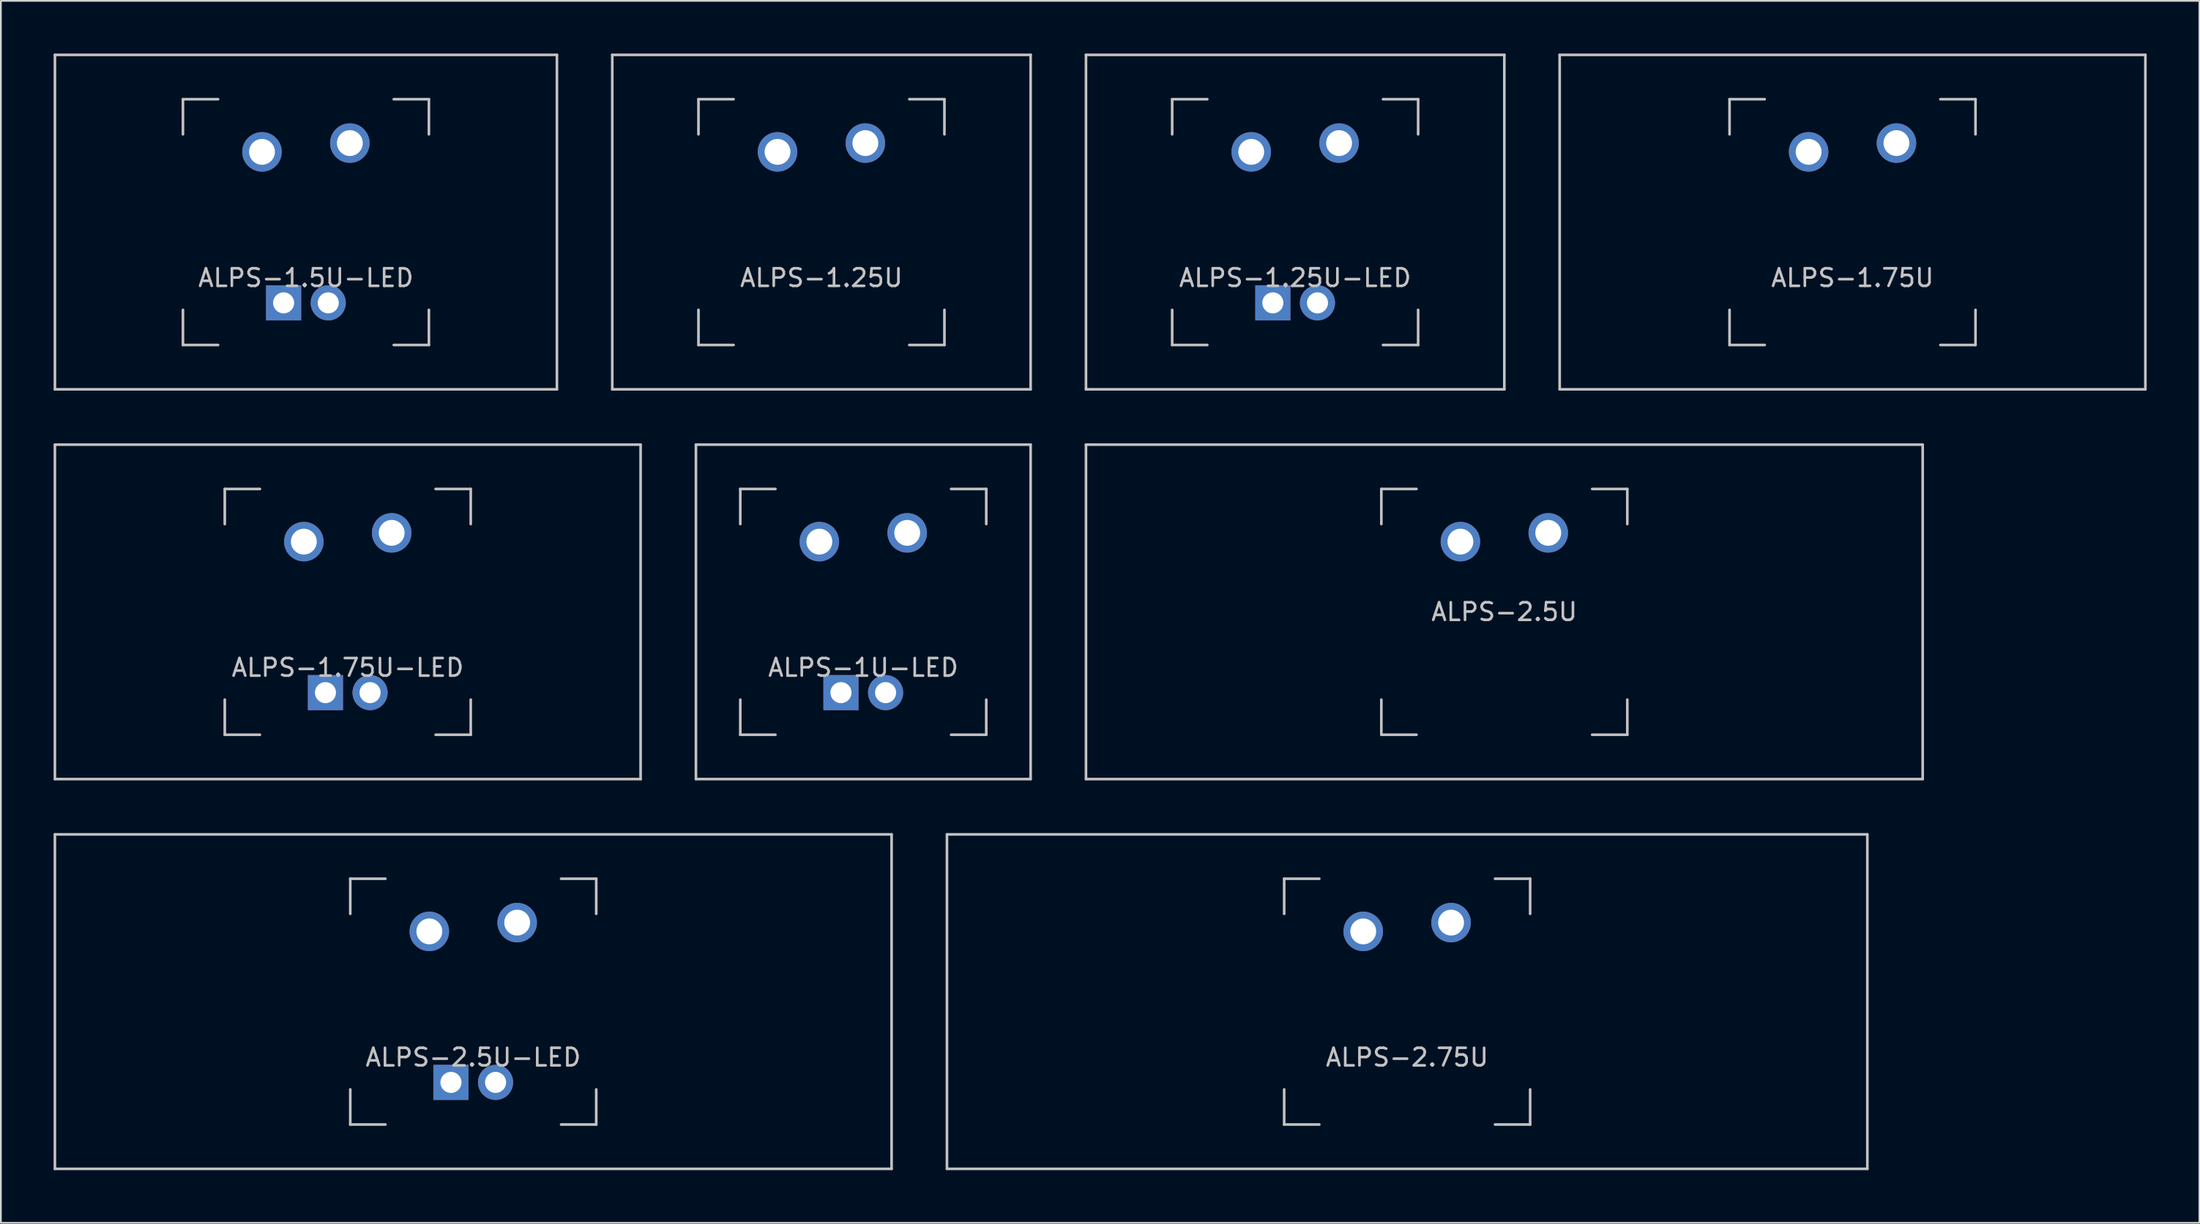
<source format=kicad_pcb>
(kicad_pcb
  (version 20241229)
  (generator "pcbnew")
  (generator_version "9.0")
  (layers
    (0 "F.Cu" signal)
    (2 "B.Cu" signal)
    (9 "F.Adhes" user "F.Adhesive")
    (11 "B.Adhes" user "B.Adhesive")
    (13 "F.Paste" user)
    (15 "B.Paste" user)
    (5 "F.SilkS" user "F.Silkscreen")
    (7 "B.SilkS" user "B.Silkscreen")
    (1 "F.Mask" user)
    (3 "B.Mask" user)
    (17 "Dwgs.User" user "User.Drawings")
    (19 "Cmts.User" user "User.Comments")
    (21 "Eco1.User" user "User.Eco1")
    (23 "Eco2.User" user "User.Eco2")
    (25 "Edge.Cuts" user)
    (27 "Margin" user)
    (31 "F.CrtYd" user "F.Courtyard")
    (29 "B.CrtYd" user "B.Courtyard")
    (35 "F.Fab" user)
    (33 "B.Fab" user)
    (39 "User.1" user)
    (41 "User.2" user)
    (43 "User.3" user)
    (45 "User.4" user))
  (footprint "ALPS-2.75U"
    (layer "F.Cu")
    (at 77.044 54)
    (property "Reference" "ALPS-2.75U" (at 0 3.175 0) (layer "Dwgs.User") (effects (font (size 1 1) (thickness 0.15))))
    (attr through_hole)
    (fp_line (start -26.194 -9.525) (end 26.194 -9.525) (stroke (width 0.15) (type solid)) (layer "Dwgs.User"))
    (fp_line (start -26.194 9.525) (end -26.194 -9.525) (stroke (width 0.15) (type solid)) (layer "Dwgs.User"))
    (fp_line (start -26.194 9.525) (end 26.194 9.525) (stroke (width 0.15) (type solid)) (layer "Dwgs.User"))
    (fp_line (start -7 -7) (end -7 -5) (stroke (width 0.15) (type solid)) (layer "Dwgs.User"))
    (fp_line (start -7 5) (end -7 7) (stroke (width 0.15) (type solid)) (layer "Dwgs.User"))
    (fp_line (start -7 7) (end -5 7) (stroke (width 0.15) (type solid)) (layer "Dwgs.User"))
    (fp_line (start -5 -7) (end -7 -7) (stroke (width 0.15) (type solid)) (layer "Dwgs.User"))
    (fp_line (start 5 -7) (end 7 -7) (stroke (width 0.15) (type solid)) (layer "Dwgs.User"))
    (fp_line (start 5 7) (end 7 7) (stroke (width 0.15) (type solid)) (layer "Dwgs.User"))
    (fp_line (start 7 -7) (end 7 -5) (stroke (width 0.15) (type solid)) (layer "Dwgs.User"))
    (fp_line (start 7 7) (end 7 5) (stroke (width 0.15) (type solid)) (layer "Dwgs.User"))
    (fp_line (start 26.194 -9.525) (end 26.194 9.525) (stroke (width 0.15) (type solid)) (layer "Dwgs.User"))
    (pad "1" thru_hole circle (at -2.5 -4) (size 2.25 2.25) (drill 1.47) (layers "*.Cu" "B.Mask"))
    (pad "2" thru_hole circle (at 2.5 -4.5) (size 2.25 2.25) (drill 1.47) (layers "*.Cu" "B.Mask")))
  (footprint "ALPS-2.5U-LED"
    (layer "F.Cu")
    (at 23.887 54)
    (property "Reference" "ALPS-2.5U-LED" (at 0 3.175 0) (layer "Dwgs.User") (effects (font (size 1 1) (thickness 0.15))))
    (attr through_hole)
    (fp_line (start -23.812 -9.525) (end 23.812 -9.525) (stroke (width 0.15) (type solid)) (layer "Dwgs.User"))
    (fp_line (start -23.812 9.525) (end -23.812 -9.525) (stroke (width 0.15) (type solid)) (layer "Dwgs.User"))
    (fp_line (start -23.812 9.525) (end 23.812 9.525) (stroke (width 0.15) (type solid)) (layer "Dwgs.User"))
    (fp_line (start -7 -7) (end -7 -5) (stroke (width 0.15) (type solid)) (layer "Dwgs.User"))
    (fp_line (start -7 5) (end -7 7) (stroke (width 0.15) (type solid)) (layer "Dwgs.User"))
    (fp_line (start -7 7) (end -5 7) (stroke (width 0.15) (type solid)) (layer "Dwgs.User"))
    (fp_line (start -5 -7) (end -7 -7) (stroke (width 0.15) (type solid)) (layer "Dwgs.User"))
    (fp_line (start 5 -7) (end 7 -7) (stroke (width 0.15) (type solid)) (layer "Dwgs.User"))
    (fp_line (start 5 7) (end 7 7) (stroke (width 0.15) (type solid)) (layer "Dwgs.User"))
    (fp_line (start 7 -7) (end 7 -5) (stroke (width 0.15) (type solid)) (layer "Dwgs.User"))
    (fp_line (start 7 7) (end 7 5) (stroke (width 0.15) (type solid)) (layer "Dwgs.User"))
    (fp_line (start 23.812 -9.525) (end 23.812 9.525) (stroke (width 0.15) (type solid)) (layer "Dwgs.User"))
    (pad "1" thru_hole circle (at -2.5 -4) (size 2.25 2.25) (drill 1.47) (layers "*.Cu" "B.Mask"))
    (pad "2" thru_hole circle (at 2.5 -4.5) (size 2.25 2.25) (drill 1.47) (layers "*.Cu" "B.Mask"))
    (pad "3" thru_hole circle (at 1.27 4.6) (size 2 2) (drill 1.2) (layers "*.Cu" "B.Mask"))
    (pad "4" thru_hole rect (at -1.27 4.6) (size 2 2) (drill 1.2) (layers "*.Cu" "B.Mask")))
  (footprint "ALPS-1.5U-LED"
    (layer "F.Cu")
    (at 14.363 9.6)
    (property "Reference" "ALPS-1.5U-LED" (at 0 3.175 0) (layer "Dwgs.User") (effects (font (size 1 1) (thickness 0.15))))
    (attr through_hole)
    (fp_line (start -14.287 -9.525) (end 14.287 -9.525) (stroke (width 0.15) (type solid)) (layer "Dwgs.User"))
    (fp_line (start -14.287 9.525) (end -14.287 -9.525) (stroke (width 0.15) (type solid)) (layer "Dwgs.User"))
    (fp_line (start -14.287 9.525) (end 14.287 9.525) (stroke (width 0.15) (type solid)) (layer "Dwgs.User"))
    (fp_line (start -7 -7) (end -7 -5) (stroke (width 0.15) (type solid)) (layer "Dwgs.User"))
    (fp_line (start -7 5) (end -7 7) (stroke (width 0.15) (type solid)) (layer "Dwgs.User"))
    (fp_line (start -7 7) (end -5 7) (stroke (width 0.15) (type solid)) (layer "Dwgs.User"))
    (fp_line (start -5 -7) (end -7 -7) (stroke (width 0.15) (type solid)) (layer "Dwgs.User"))
    (fp_line (start 5 -7) (end 7 -7) (stroke (width 0.15) (type solid)) (layer "Dwgs.User"))
    (fp_line (start 5 7) (end 7 7) (stroke (width 0.15) (type solid)) (layer "Dwgs.User"))
    (fp_line (start 7 -7) (end 7 -5) (stroke (width 0.15) (type solid)) (layer "Dwgs.User"))
    (fp_line (start 7 7) (end 7 5) (stroke (width 0.15) (type solid)) (layer "Dwgs.User"))
    (fp_line (start 14.287 -9.525) (end 14.287 9.525) (stroke (width 0.15) (type solid)) (layer "Dwgs.User"))
    (pad "1" thru_hole circle (at -2.5 -4) (size 2.25 2.25) (drill 1.47) (layers "*.Cu" "B.Mask"))
    (pad "2" thru_hole circle (at 2.5 -4.5) (size 2.25 2.25) (drill 1.47) (layers "*.Cu" "B.Mask"))
    (pad "3" thru_hole circle (at 1.27 4.6) (size 2 2) (drill 1.2) (layers "*.Cu" "B.Mask"))
    (pad "4" thru_hole rect (at -1.27 4.6) (size 2 2) (drill 1.2) (layers "*.Cu" "B.Mask")))
  (footprint "ALPS-1.75U-LED"
    (layer "F.Cu")
    (at 16.744 31.8)
    (property "Reference" "ALPS-1.75U-LED" (at 0 3.175 0) (layer "Dwgs.User") (effects (font (size 1 1) (thickness 0.15))))
    (attr through_hole)
    (fp_line (start -16.669 -9.525) (end 16.669 -9.525) (stroke (width 0.15) (type solid)) (layer "Dwgs.User"))
    (fp_line (start -16.669 9.525) (end -16.669 -9.525) (stroke (width 0.15) (type solid)) (layer "Dwgs.User"))
    (fp_line (start -16.669 9.525) (end 16.669 9.525) (stroke (width 0.15) (type solid)) (layer "Dwgs.User"))
    (fp_line (start -7 -7) (end -7 -5) (stroke (width 0.15) (type solid)) (layer "Dwgs.User"))
    (fp_line (start -7 5) (end -7 7) (stroke (width 0.15) (type solid)) (layer "Dwgs.User"))
    (fp_line (start -7 7) (end -5 7) (stroke (width 0.15) (type solid)) (layer "Dwgs.User"))
    (fp_line (start -5 -7) (end -7 -7) (stroke (width 0.15) (type solid)) (layer "Dwgs.User"))
    (fp_line (start 5 -7) (end 7 -7) (stroke (width 0.15) (type solid)) (layer "Dwgs.User"))
    (fp_line (start 5 7) (end 7 7) (stroke (width 0.15) (type solid)) (layer "Dwgs.User"))
    (fp_line (start 7 -7) (end 7 -5) (stroke (width 0.15) (type solid)) (layer "Dwgs.User"))
    (fp_line (start 7 7) (end 7 5) (stroke (width 0.15) (type solid)) (layer "Dwgs.User"))
    (fp_line (start 16.669 -9.525) (end 16.669 9.525) (stroke (width 0.15) (type solid)) (layer "Dwgs.User"))
    (pad "1" thru_hole circle (at -2.5 -4) (size 2.25 2.25) (drill 1.47) (layers "*.Cu" "B.Mask"))
    (pad "2" thru_hole circle (at 2.5 -4.5) (size 2.25 2.25) (drill 1.47) (layers "*.Cu" "B.Mask"))
    (pad "3" thru_hole circle (at 1.27 4.6) (size 2 2) (drill 1.2) (layers "*.Cu" "B.Mask"))
    (pad "4" thru_hole rect (at -1.27 4.6) (size 2 2) (drill 1.2) (layers "*.Cu" "B.Mask")))
  (footprint "ALPS-1.75U"
    (layer "F.Cu")
    (at 102.394 9.6)
    (property "Reference" "ALPS-1.75U" (at 0 3.175 0) (layer "Dwgs.User") (effects (font (size 1 1) (thickness 0.15))))
    (attr through_hole)
    (fp_line (start -16.669 -9.525) (end 16.669 -9.525) (stroke (width 0.15) (type solid)) (layer "Dwgs.User"))
    (fp_line (start -16.669 9.525) (end -16.669 -9.525) (stroke (width 0.15) (type solid)) (layer "Dwgs.User"))
    (fp_line (start -16.669 9.525) (end 16.669 9.525) (stroke (width 0.15) (type solid)) (layer "Dwgs.User"))
    (fp_line (start -7 -7) (end -7 -5) (stroke (width 0.15) (type solid)) (layer "Dwgs.User"))
    (fp_line (start -7 5) (end -7 7) (stroke (width 0.15) (type solid)) (layer "Dwgs.User"))
    (fp_line (start -7 7) (end -5 7) (stroke (width 0.15) (type solid)) (layer "Dwgs.User"))
    (fp_line (start -5 -7) (end -7 -7) (stroke (width 0.15) (type solid)) (layer "Dwgs.User"))
    (fp_line (start 5 -7) (end 7 -7) (stroke (width 0.15) (type solid)) (layer "Dwgs.User"))
    (fp_line (start 5 7) (end 7 7) (stroke (width 0.15) (type solid)) (layer "Dwgs.User"))
    (fp_line (start 7 -7) (end 7 -5) (stroke (width 0.15) (type solid)) (layer "Dwgs.User"))
    (fp_line (start 7 7) (end 7 5) (stroke (width 0.15) (type solid)) (layer "Dwgs.User"))
    (fp_line (start 16.669 -9.525) (end 16.669 9.525) (stroke (width 0.15) (type solid)) (layer "Dwgs.User"))
    (pad "1" thru_hole circle (at -2.5 -4) (size 2.25 2.25) (drill 1.47) (layers "*.Cu" "B.Mask"))
    (pad "2" thru_hole circle (at 2.5 -4.5) (size 2.25 2.25) (drill 1.47) (layers "*.Cu" "B.Mask")))
  (footprint "ALPS-1.25U-LED"
    (layer "F.Cu")
    (at 70.669 9.6)
    (property "Reference" "ALPS-1.25U-LED" (at 0 3.175 0) (layer "Dwgs.User") (effects (font (size 1 1) (thickness 0.15))))
    (attr through_hole)
    (fp_line (start -11.906 -9.525) (end 11.906 -9.525) (stroke (width 0.15) (type solid)) (layer "Dwgs.User"))
    (fp_line (start -11.906 9.525) (end -11.906 -9.525) (stroke (width 0.15) (type solid)) (layer "Dwgs.User"))
    (fp_line (start -11.906 9.525) (end 11.906 9.525) (stroke (width 0.15) (type solid)) (layer "Dwgs.User"))
    (fp_line (start -7 -7) (end -7 -5) (stroke (width 0.15) (type solid)) (layer "Dwgs.User"))
    (fp_line (start -7 5) (end -7 7) (stroke (width 0.15) (type solid)) (layer "Dwgs.User"))
    (fp_line (start -7 7) (end -5 7) (stroke (width 0.15) (type solid)) (layer "Dwgs.User"))
    (fp_line (start -5 -7) (end -7 -7) (stroke (width 0.15) (type solid)) (layer "Dwgs.User"))
    (fp_line (start 5 -7) (end 7 -7) (stroke (width 0.15) (type solid)) (layer "Dwgs.User"))
    (fp_line (start 5 7) (end 7 7) (stroke (width 0.15) (type solid)) (layer "Dwgs.User"))
    (fp_line (start 7 -7) (end 7 -5) (stroke (width 0.15) (type solid)) (layer "Dwgs.User"))
    (fp_line (start 7 7) (end 7 5) (stroke (width 0.15) (type solid)) (layer "Dwgs.User"))
    (fp_line (start 11.906 -9.525) (end 11.906 9.525) (stroke (width 0.15) (type solid)) (layer "Dwgs.User"))
    (pad "1" thru_hole circle (at -2.5 -4) (size 2.25 2.25) (drill 1.47) (layers "*.Cu" "B.Mask"))
    (pad "2" thru_hole circle (at 2.5 -4.5) (size 2.25 2.25) (drill 1.47) (layers "*.Cu" "B.Mask"))
    (pad "3" thru_hole circle (at 1.27 4.6) (size 2 2) (drill 1.2) (layers "*.Cu" "B.Mask"))
    (pad "4" thru_hole rect (at -1.27 4.6) (size 2 2) (drill 1.2) (layers "*.Cu" "B.Mask")))
  (footprint "ALPS-1U-LED"
    (layer "F.Cu")
    (at 46.087 31.8)
    (property "Reference" "ALPS-1U-LED" (at 0 3.175 0) (layer "Dwgs.User") (effects (font (size 1 1) (thickness 0.15))))
    (attr through_hole)
    (fp_line (start -9.525 -9.525) (end 9.525 -9.525) (stroke (width 0.15) (type solid)) (layer "Dwgs.User"))
    (fp_line (start -9.525 9.525) (end -9.525 -9.525) (stroke (width 0.15) (type solid)) (layer "Dwgs.User"))
    (fp_line (start -9.525 9.525) (end 9.525 9.525) (stroke (width 0.15) (type solid)) (layer "Dwgs.User"))
    (fp_line (start -7 -7) (end -7 -5) (stroke (width 0.15) (type solid)) (layer "Dwgs.User"))
    (fp_line (start -7 5) (end -7 7) (stroke (width 0.15) (type solid)) (layer "Dwgs.User"))
    (fp_line (start -7 7) (end -5 7) (stroke (width 0.15) (type solid)) (layer "Dwgs.User"))
    (fp_line (start -5 -7) (end -7 -7) (stroke (width 0.15) (type solid)) (layer "Dwgs.User"))
    (fp_line (start 5 -7) (end 7 -7) (stroke (width 0.15) (type solid)) (layer "Dwgs.User"))
    (fp_line (start 5 7) (end 7 7) (stroke (width 0.15) (type solid)) (layer "Dwgs.User"))
    (fp_line (start 7 -7) (end 7 -5) (stroke (width 0.15) (type solid)) (layer "Dwgs.User"))
    (fp_line (start 7 7) (end 7 5) (stroke (width 0.15) (type solid)) (layer "Dwgs.User"))
    (fp_line (start 9.525 -9.525) (end 9.525 9.525) (stroke (width 0.15) (type solid)) (layer "Dwgs.User"))
    (pad "1" thru_hole circle (at -2.5 -4) (size 2.25 2.25) (drill 1.47) (layers "*.Cu" "B.Mask"))
    (pad "2" thru_hole circle (at 2.5 -4.5) (size 2.25 2.25) (drill 1.47) (layers "*.Cu" "B.Mask"))
    (pad "3" thru_hole circle (at 1.27 4.6) (size 2 2) (drill 1.2) (layers "*.Cu" "B.Mask"))
    (pad "4" thru_hole rect (at -1.27 4.6) (size 2 2) (drill 1.2) (layers "*.Cu" "B.Mask")))
  (footprint "ALPS-1.25U"
    (layer "F.Cu")
    (at 43.706 9.6)
    (property "Reference" "ALPS-1.25U" (at 0 3.175 0) (layer "Dwgs.User") (effects (font (size 1 1) (thickness 0.15))))
    (attr through_hole)
    (fp_line (start -11.906 -9.525) (end 11.906 -9.525) (stroke (width 0.15) (type solid)) (layer "Dwgs.User"))
    (fp_line (start -11.906 9.525) (end -11.906 -9.525) (stroke (width 0.15) (type solid)) (layer "Dwgs.User"))
    (fp_line (start -11.906 9.525) (end 11.906 9.525) (stroke (width 0.15) (type solid)) (layer "Dwgs.User"))
    (fp_line (start -7 -7) (end -7 -5) (stroke (width 0.15) (type solid)) (layer "Dwgs.User"))
    (fp_line (start -7 5) (end -7 7) (stroke (width 0.15) (type solid)) (layer "Dwgs.User"))
    (fp_line (start -7 7) (end -5 7) (stroke (width 0.15) (type solid)) (layer "Dwgs.User"))
    (fp_line (start -5 -7) (end -7 -7) (stroke (width 0.15) (type solid)) (layer "Dwgs.User"))
    (fp_line (start 5 -7) (end 7 -7) (stroke (width 0.15) (type solid)) (layer "Dwgs.User"))
    (fp_line (start 5 7) (end 7 7) (stroke (width 0.15) (type solid)) (layer "Dwgs.User"))
    (fp_line (start 7 -7) (end 7 -5) (stroke (width 0.15) (type solid)) (layer "Dwgs.User"))
    (fp_line (start 7 7) (end 7 5) (stroke (width 0.15) (type solid)) (layer "Dwgs.User"))
    (fp_line (start 11.906 -9.525) (end 11.906 9.525) (stroke (width 0.15) (type solid)) (layer "Dwgs.User"))
    (pad "1" thru_hole circle (at -2.5 -4) (size 2.25 2.25) (drill 1.47) (layers "*.Cu" "B.Mask"))
    (pad "2" thru_hole circle (at 2.5 -4.5) (size 2.25 2.25) (drill 1.47) (layers "*.Cu" "B.Mask")))
  (footprint "ALPS-2.5U"
    (layer "F.Cu")
    (at 82.575 31.8)
    (property "Reference" "ALPS-2.5U" (at 0 0 0) (layer "Dwgs.User") (effects (font (size 1 1) (thickness 0.15))))
    (attr through_hole)
    (fp_line (start -23.812 -9.525) (end 23.812 -9.525) (stroke (width 0.15) (type solid)) (layer "Dwgs.User"))
    (fp_line (start -23.812 9.525) (end -23.812 -9.525) (stroke (width 0.15) (type solid)) (layer "Dwgs.User"))
    (fp_line (start -23.812 9.525) (end 23.812 9.525) (stroke (width 0.15) (type solid)) (layer "Dwgs.User"))
    (fp_line (start -7 -7) (end -7 -5) (stroke (width 0.15) (type solid)) (layer "Dwgs.User"))
    (fp_line (start -7 5) (end -7 7) (stroke (width 0.15) (type solid)) (layer "Dwgs.User"))
    (fp_line (start -7 7) (end -5 7) (stroke (width 0.15) (type solid)) (layer "Dwgs.User"))
    (fp_line (start -5 -7) (end -7 -7) (stroke (width 0.15) (type solid)) (layer "Dwgs.User"))
    (fp_line (start 5 -7) (end 7 -7) (stroke (width 0.15) (type solid)) (layer "Dwgs.User"))
    (fp_line (start 5 7) (end 7 7) (stroke (width 0.15) (type solid)) (layer "Dwgs.User"))
    (fp_line (start 7 -7) (end 7 -5) (stroke (width 0.15) (type solid)) (layer "Dwgs.User"))
    (fp_line (start 7 7) (end 7 5) (stroke (width 0.15) (type solid)) (layer "Dwgs.User"))
    (fp_line (start 23.812 -9.525) (end 23.812 9.525) (stroke (width 0.15) (type solid)) (layer "Dwgs.User"))
    (pad "1" thru_hole circle (at -2.5 -4) (size 2.25 2.25) (drill 1.47) (layers "*.Cu" "B.Mask"))
    (pad "2" thru_hole circle (at 2.5 -4.5) (size 2.25 2.25) (drill 1.47) (layers "*.Cu" "B.Mask")))
  (gr_rect
    (start -3 -3)
    (end 122.138 66.6)
    (stroke (width 0.1) (type default))
    (fill no)
    (layer "Edge.Cuts")))
</source>
